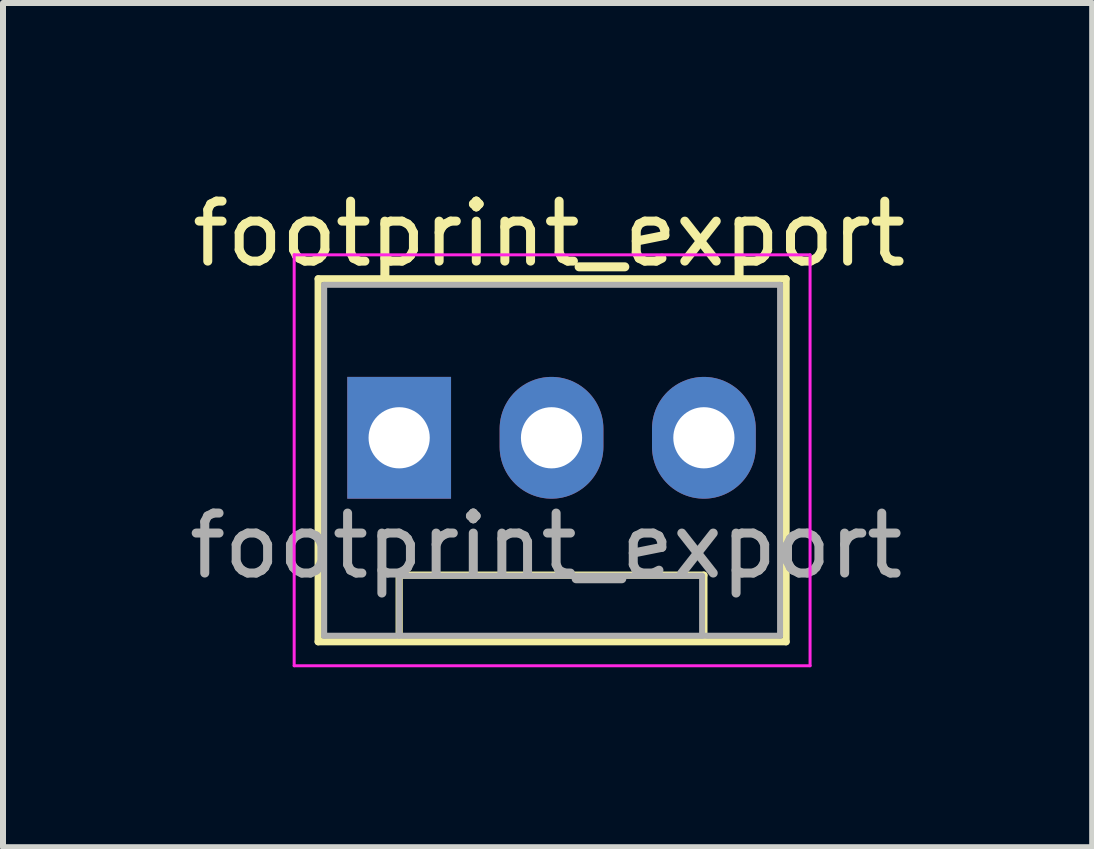
<source format=kicad_pcb>
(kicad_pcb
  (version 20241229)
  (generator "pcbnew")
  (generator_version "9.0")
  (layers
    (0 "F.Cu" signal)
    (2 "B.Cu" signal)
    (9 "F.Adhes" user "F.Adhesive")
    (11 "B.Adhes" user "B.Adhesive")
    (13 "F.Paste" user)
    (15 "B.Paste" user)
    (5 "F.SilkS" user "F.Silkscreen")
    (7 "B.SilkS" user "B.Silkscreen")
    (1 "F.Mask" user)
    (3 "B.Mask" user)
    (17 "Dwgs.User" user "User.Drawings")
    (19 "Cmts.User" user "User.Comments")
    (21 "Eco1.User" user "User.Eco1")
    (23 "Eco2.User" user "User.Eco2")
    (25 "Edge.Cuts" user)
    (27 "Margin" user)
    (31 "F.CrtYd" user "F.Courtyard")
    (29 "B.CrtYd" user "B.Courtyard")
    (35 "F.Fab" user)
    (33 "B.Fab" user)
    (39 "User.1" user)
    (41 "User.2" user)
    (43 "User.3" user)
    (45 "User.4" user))
  (footprint "footprint_export"
    (layer "F.Cu")
    (at 3.604 4.248)
    (property "Reference" "footprint_export" (at 2.5 -3.4 0) (layer "F.SilkS") (effects (font (size 1 1) (thickness 0.15))))
    (attr through_hole)
    (fp_line (start -1.35 -2.65) (end 6.45 -2.65) (stroke (width 0.12) (type solid)) (layer "F.SilkS"))
    (fp_line (start -1.35 3.4) (end -1.35 -2.65) (stroke (width 0.12) (type solid)) (layer "F.SilkS"))
    (fp_line (start 0 2.29) (end 5.08 2.29) (stroke (width 0.12) (type solid)) (layer "F.SilkS"))
    (fp_line (start 0 3.3) (end 0 2.29) (stroke (width 0.12) (type solid)) (layer "F.SilkS"))
    (fp_line (start 5.08 2.29) (end 5.08 3.3) (stroke (width 0.12) (type solid)) (layer "F.SilkS"))
    (fp_line (start 6.45 -2.65) (end 6.45 3.4) (stroke (width 0.12) (type solid)) (layer "F.SilkS"))
    (fp_line (start 6.45 3.4) (end -1.35 3.4) (stroke (width 0.12) (type solid)) (layer "F.SilkS"))
    (fp_line (start -1.75 3.8) (end -1.75 -3.05) (stroke (width 0.05) (type solid)) (layer "F.CrtYd"))
    (fp_line (start -1.75 3.8) (end 6.85 3.8) (stroke (width 0.05) (type solid)) (layer "F.CrtYd"))
    (fp_line (start 6.85 -3.05) (end -1.75 -3.05) (stroke (width 0.05) (type solid)) (layer "F.CrtYd"))
    (fp_line (start 6.85 -3.05) (end 6.85 3.8) (stroke (width 0.05) (type solid)) (layer "F.CrtYd"))
    (fp_line (start -1.25 -2.55) (end 6.35 -2.55) (stroke (width 0.1) (type solid)) (layer "F.Fab"))
    (fp_line (start -1.25 3.3) (end -1.25 -2.55) (stroke (width 0.1) (type solid)) (layer "F.Fab"))
    (fp_line (start 0 2.3) (end 0 3.3) (stroke (width 0.1) (type solid)) (layer "F.Fab"))
    (fp_line (start 5.05 2.3) (end 0 2.3) (stroke (width 0.1) (type solid)) (layer "F.Fab"))
    (fp_line (start 5.05 3.3) (end 5.05 2.3) (stroke (width 0.1) (type solid)) (layer "F.Fab"))
    (fp_line (start 6.35 -2.55) (end 6.35 3.3) (stroke (width 0.1) (type solid)) (layer "F.Fab"))
    (fp_line (start 6.35 3.3) (end -1.25 3.3) (stroke (width 0.1) (type solid)) (layer "F.Fab"))
    (fp_text user "${REFERENCE}" (at 2.45 1.8 0) (layer "F.Fab") (effects (font (size 1 1) (thickness 0.15))))
    (pad "1" thru_hole rect (at 0 0 90) (size 2.03 1.73) (drill 1.02) (layers "*.Cu" "*.Mask"))
    (pad "2" thru_hole oval (at 2.54 0 90) (size 2.03 1.73) (drill 1.02) (layers "*.Cu" "*.Mask"))
    (pad "3" thru_hole oval (at 5.08 0 90) (size 2.03 1.73) (drill 1.02) (layers "*.Cu" "*.Mask")))
  (gr_rect
    (start -3 -3)
    (end 15.157 11.073)
    (stroke (width 0.1) (type default))
    (fill no)
    (layer "Edge.Cuts")))
</source>
